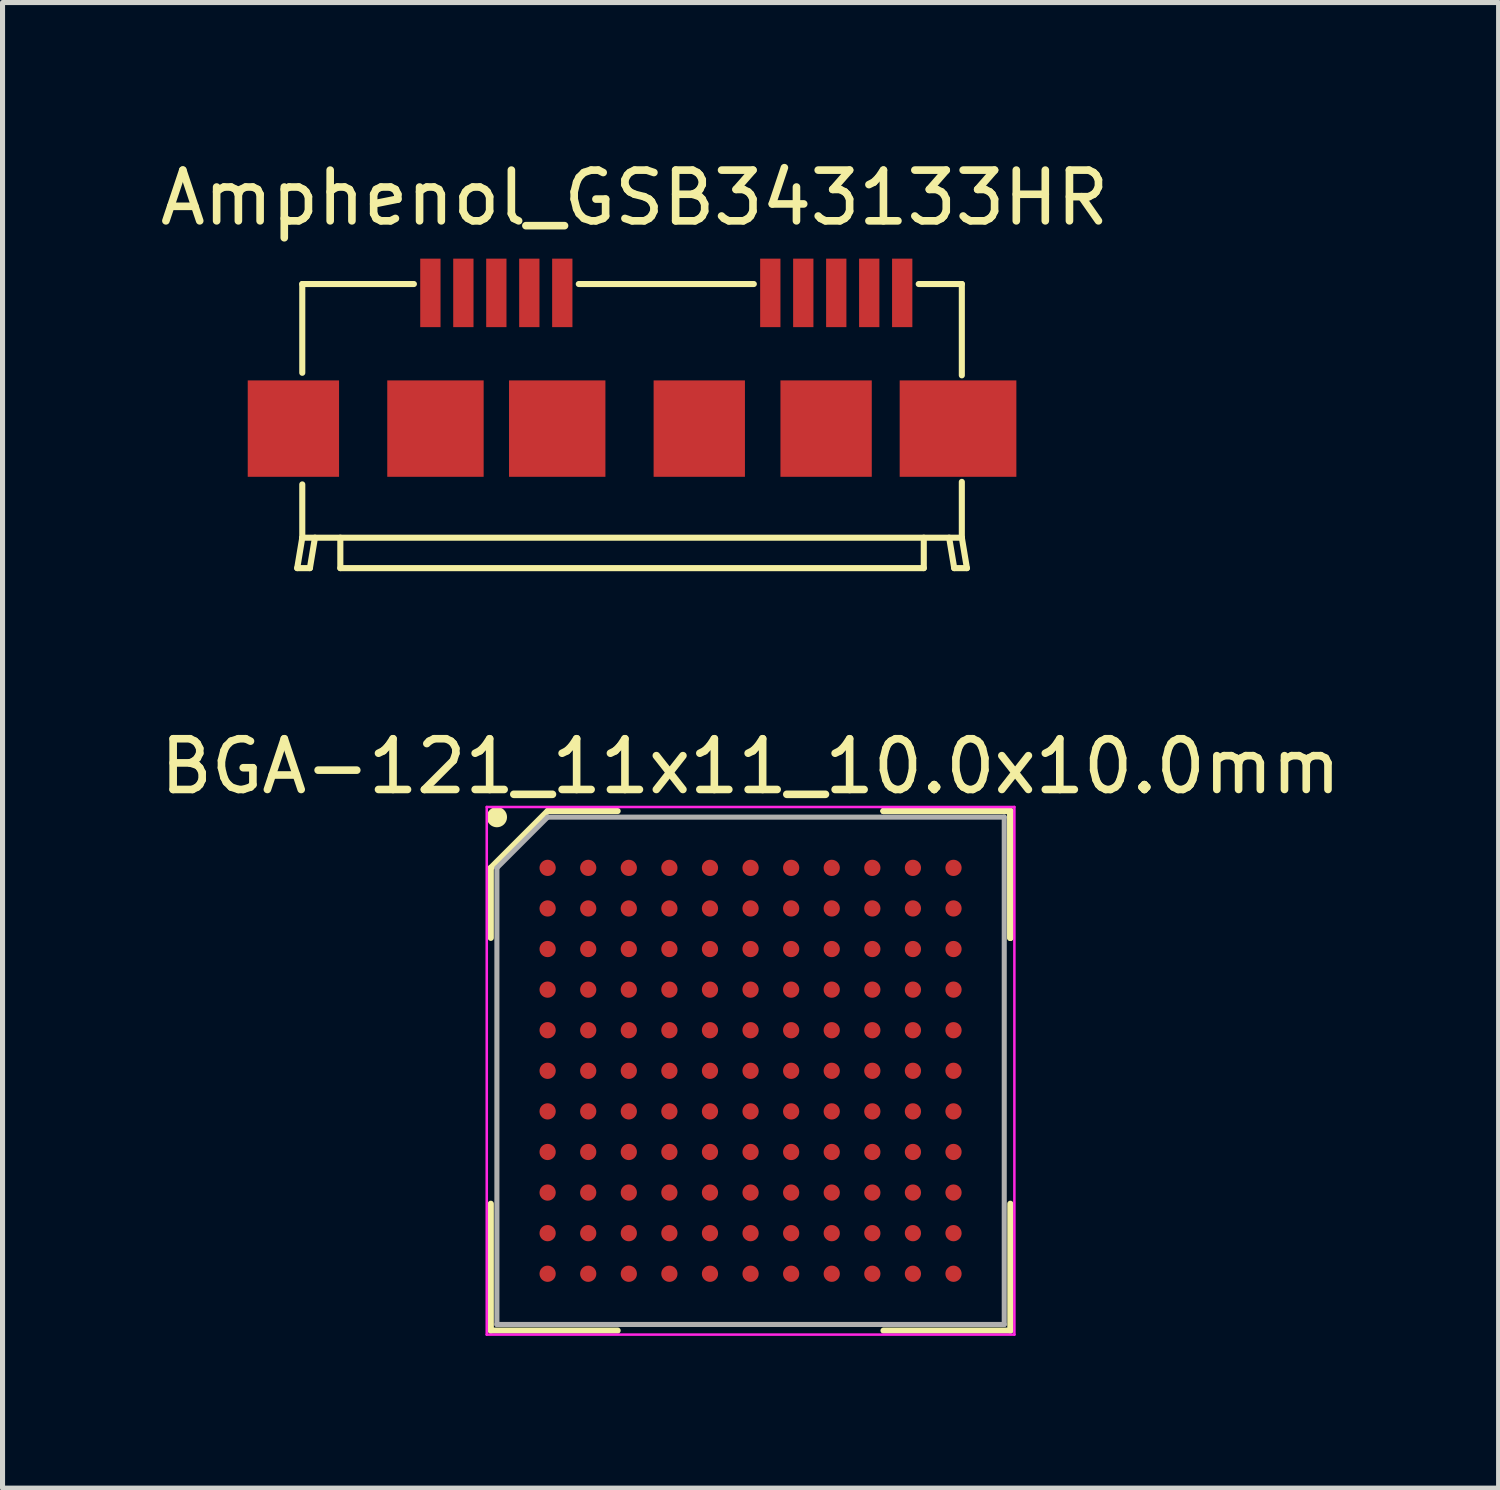
<source format=kicad_pcb>
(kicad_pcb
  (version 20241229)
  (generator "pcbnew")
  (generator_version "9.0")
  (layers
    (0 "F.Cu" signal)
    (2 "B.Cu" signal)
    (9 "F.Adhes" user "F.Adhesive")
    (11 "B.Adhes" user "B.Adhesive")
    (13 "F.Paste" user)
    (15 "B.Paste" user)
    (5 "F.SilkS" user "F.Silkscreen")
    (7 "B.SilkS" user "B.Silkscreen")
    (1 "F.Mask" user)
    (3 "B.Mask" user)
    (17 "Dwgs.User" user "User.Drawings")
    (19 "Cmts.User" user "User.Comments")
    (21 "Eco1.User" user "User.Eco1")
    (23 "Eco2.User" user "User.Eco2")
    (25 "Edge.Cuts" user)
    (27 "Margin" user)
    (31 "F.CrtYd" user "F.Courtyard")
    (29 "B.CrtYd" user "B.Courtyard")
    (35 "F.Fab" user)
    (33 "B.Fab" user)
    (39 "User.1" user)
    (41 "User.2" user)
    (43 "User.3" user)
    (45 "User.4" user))
  (footprint "BGA-121_11x11_10.0x10.0mm"
    (layer "F.Cu")
    (at 11.744 18.056)
    (property "Reference" "BGA-121_11x11_10.0x10.0mm" (at 0 -6 0) (layer "F.SilkS") (effects (font (size 1 1) (thickness 0.15))))
    (attr smd)
    (fp_line (start -5.12 -4) (end -5.12 -2.62) (stroke (width 0.12) (type solid)) (layer "F.SilkS"))
    (fp_line (start -5.12 5.12) (end -5.12 2.62) (stroke (width 0.12) (type solid)) (layer "F.SilkS"))
    (fp_line (start -4 -5.12) (end -5.12 -4) (stroke (width 0.12) (type solid)) (layer "F.SilkS"))
    (fp_line (start -2.62 -5.12) (end -4 -5.12) (stroke (width 0.12) (type solid)) (layer "F.SilkS"))
    (fp_line (start -2.62 5.12) (end -5.12 5.12) (stroke (width 0.12) (type solid)) (layer "F.SilkS"))
    (fp_line (start 2.62 -5.12) (end 5.12 -5.12) (stroke (width 0.12) (type solid)) (layer "F.SilkS"))
    (fp_line (start 2.62 -5.12) (end 5.12 -5.12) (stroke (width 0.12) (type solid)) (layer "F.SilkS"))
    (fp_line (start 2.62 -5.12) (end 5.12 -5.12) (stroke (width 0.12) (type solid)) (layer "F.SilkS"))
    (fp_line (start 2.62 5.12) (end 5.12 5.12) (stroke (width 0.12) (type solid)) (layer "F.SilkS"))
    (fp_line (start 5.12 -5.12) (end 5.12 -2.62) (stroke (width 0.12) (type solid)) (layer "F.SilkS"))
    (fp_line (start 5.12 -5.12) (end 5.12 -2.62) (stroke (width 0.12) (type solid)) (layer "F.SilkS"))
    (fp_line (start 5.12 -5.12) (end 5.12 -2.62) (stroke (width 0.12) (type solid)) (layer "F.SilkS"))
    (fp_line (start 5.12 5.12) (end 5.12 2.62) (stroke (width 0.12) (type solid)) (layer "F.SilkS"))
    (fp_circle (center -5 -5) (end -5 -4.9) (stroke (width 0.2) (type solid)) (fill no) (layer "F.SilkS"))
    (fp_line (start -5.2 -5.2) (end 5.2 -5.2) (stroke (width 0.05) (type solid)) (layer "F.CrtYd"))
    (fp_line (start -5.2 5.2) (end -5.2 -5.2) (stroke (width 0.05) (type solid)) (layer "F.CrtYd"))
    (fp_line (start 5.2 -5.2) (end 5.2 5.2) (stroke (width 0.05) (type solid)) (layer "F.CrtYd"))
    (fp_line (start 5.2 5.2) (end -5.2 5.2) (stroke (width 0.05) (type solid)) (layer "F.CrtYd"))
    (fp_line (start -5 -4) (end -5 5) (stroke (width 0.1) (type solid)) (layer "F.Fab"))
    (fp_line (start -5 5) (end 5 5) (stroke (width 0.1) (type solid)) (layer "F.Fab"))
    (fp_line (start -4 -5) (end -5 -4) (stroke (width 0.1) (type solid)) (layer "F.Fab"))
    (fp_line (start 5 -5) (end -4 -5) (stroke (width 0.1) (type solid)) (layer "F.Fab"))
    (fp_line (start 5 5) (end 5 -5) (stroke (width 0.1) (type solid)) (layer "F.Fab"))
    (pad "A1" smd circle (at -4 -4) (size 0.32 0.32) (layers "F.Cu" "F.Mask" "F.Paste"))
    (pad "A2" smd circle (at -3.2 -4) (size 0.32 0.32) (layers "F.Cu" "F.Mask" "F.Paste"))
    (pad "A3" smd circle (at -2.4 -4) (size 0.32 0.32) (layers "F.Cu" "F.Mask" "F.Paste"))
    (pad "A4" smd circle (at -1.6 -4) (size 0.32 0.32) (layers "F.Cu" "F.Mask" "F.Paste"))
    (pad "A5" smd circle (at -0.8 -4) (size 0.32 0.32) (layers "F.Cu" "F.Mask" "F.Paste"))
    (pad "A6" smd circle (at 0 -4) (size 0.32 0.32) (layers "F.Cu" "F.Mask" "F.Paste"))
    (pad "A7" smd circle (at 0.8 -4) (size 0.32 0.32) (layers "F.Cu" "F.Mask" "F.Paste"))
    (pad "A8" smd circle (at 1.6 -4) (size 0.32 0.32) (layers "F.Cu" "F.Mask" "F.Paste"))
    (pad "A9" smd circle (at 2.4 -4) (size 0.32 0.32) (layers "F.Cu" "F.Mask" "F.Paste"))
    (pad "A10" smd circle (at 3.2 -4) (size 0.32 0.32) (layers "F.Cu" "F.Mask" "F.Paste"))
    (pad "A11" smd circle (at 4 -4) (size 0.32 0.32) (layers "F.Cu" "F.Mask" "F.Paste"))
    (pad "B1" smd circle (at -4 -3.2) (size 0.32 0.32) (layers "F.Cu" "F.Mask" "F.Paste"))
    (pad "B2" smd circle (at -3.2 -3.2) (size 0.32 0.32) (layers "F.Cu" "F.Mask" "F.Paste"))
    (pad "B3" smd circle (at -2.4 -3.2) (size 0.32 0.32) (layers "F.Cu" "F.Mask" "F.Paste"))
    (pad "B4" smd circle (at -1.6 -3.2) (size 0.32 0.32) (layers "F.Cu" "F.Mask" "F.Paste"))
    (pad "B5" smd circle (at -0.8 -3.2) (size 0.32 0.32) (layers "F.Cu" "F.Mask" "F.Paste"))
    (pad "B6" smd circle (at 0 -3.2) (size 0.32 0.32) (layers "F.Cu" "F.Mask" "F.Paste"))
    (pad "B7" smd circle (at 0.8 -3.2) (size 0.32 0.32) (layers "F.Cu" "F.Mask" "F.Paste"))
    (pad "B8" smd circle (at 1.6 -3.2) (size 0.32 0.32) (layers "F.Cu" "F.Mask" "F.Paste"))
    (pad "B9" smd circle (at 2.4 -3.2) (size 0.32 0.32) (layers "F.Cu" "F.Mask" "F.Paste"))
    (pad "B10" smd circle (at 3.2 -3.2) (size 0.32 0.32) (layers "F.Cu" "F.Mask" "F.Paste"))
    (pad "B11" smd circle (at 4 -3.2) (size 0.32 0.32) (layers "F.Cu" "F.Mask" "F.Paste"))
    (pad "C1" smd circle (at -4 -2.4) (size 0.32 0.32) (layers "F.Cu" "F.Mask" "F.Paste"))
    (pad "C2" smd circle (at -3.2 -2.4) (size 0.32 0.32) (layers "F.Cu" "F.Mask" "F.Paste"))
    (pad "C3" smd circle (at -2.4 -2.4) (size 0.32 0.32) (layers "F.Cu" "F.Mask" "F.Paste"))
    (pad "C4" smd circle (at -1.6 -2.4) (size 0.32 0.32) (layers "F.Cu" "F.Mask" "F.Paste"))
    (pad "C5" smd circle (at -0.8 -2.4) (size 0.32 0.32) (layers "F.Cu" "F.Mask" "F.Paste"))
    (pad "C6" smd circle (at 0 -2.4) (size 0.32 0.32) (layers "F.Cu" "F.Mask" "F.Paste"))
    (pad "C7" smd circle (at 0.8 -2.4) (size 0.32 0.32) (layers "F.Cu" "F.Mask" "F.Paste"))
    (pad "C8" smd circle (at 1.6 -2.4) (size 0.32 0.32) (layers "F.Cu" "F.Mask" "F.Paste"))
    (pad "C9" smd circle (at 2.4 -2.4) (size 0.32 0.32) (layers "F.Cu" "F.Mask" "F.Paste"))
    (pad "C10" smd circle (at 3.2 -2.4) (size 0.32 0.32) (layers "F.Cu" "F.Mask" "F.Paste"))
    (pad "C11" smd circle (at 4 -2.4) (size 0.32 0.32) (layers "F.Cu" "F.Mask" "F.Paste"))
    (pad "D1" smd circle (at -4 -1.6) (size 0.32 0.32) (layers "F.Cu" "F.Mask" "F.Paste"))
    (pad "D2" smd circle (at -3.2 -1.6) (size 0.32 0.32) (layers "F.Cu" "F.Mask" "F.Paste"))
    (pad "D3" smd circle (at -2.4 -1.6) (size 0.32 0.32) (layers "F.Cu" "F.Mask" "F.Paste"))
    (pad "D4" smd circle (at -1.6 -1.6) (size 0.32 0.32) (layers "F.Cu" "F.Mask" "F.Paste"))
    (pad "D5" smd circle (at -0.8 -1.6) (size 0.32 0.32) (layers "F.Cu" "F.Mask" "F.Paste"))
    (pad "D6" smd circle (at 0 -1.6) (size 0.32 0.32) (layers "F.Cu" "F.Mask" "F.Paste"))
    (pad "D7" smd circle (at 0.8 -1.6) (size 0.32 0.32) (layers "F.Cu" "F.Mask" "F.Paste"))
    (pad "D8" smd circle (at 1.6 -1.6) (size 0.32 0.32) (layers "F.Cu" "F.Mask" "F.Paste"))
    (pad "D9" smd circle (at 2.4 -1.6) (size 0.32 0.32) (layers "F.Cu" "F.Mask" "F.Paste"))
    (pad "D10" smd circle (at 3.2 -1.6) (size 0.32 0.32) (layers "F.Cu" "F.Mask" "F.Paste"))
    (pad "D11" smd circle (at 4 -1.6) (size 0.32 0.32) (layers "F.Cu" "F.Mask" "F.Paste"))
    (pad "E1" smd circle (at -4 -0.8) (size 0.32 0.32) (layers "F.Cu" "F.Mask" "F.Paste"))
    (pad "E2" smd circle (at -3.2 -0.8) (size 0.32 0.32) (layers "F.Cu" "F.Mask" "F.Paste"))
    (pad "E3" smd circle (at -2.4 -0.8) (size 0.32 0.32) (layers "F.Cu" "F.Mask" "F.Paste"))
    (pad "E4" smd circle (at -1.6 -0.8) (size 0.32 0.32) (layers "F.Cu" "F.Mask" "F.Paste"))
    (pad "E5" smd circle (at -0.8 -0.8) (size 0.32 0.32) (layers "F.Cu" "F.Mask" "F.Paste"))
    (pad "E6" smd circle (at 0 -0.8) (size 0.32 0.32) (layers "F.Cu" "F.Mask" "F.Paste"))
    (pad "E7" smd circle (at 0.8 -0.8) (size 0.32 0.32) (layers "F.Cu" "F.Mask" "F.Paste"))
    (pad "E8" smd circle (at 1.6 -0.8) (size 0.32 0.32) (layers "F.Cu" "F.Mask" "F.Paste"))
    (pad "E9" smd circle (at 2.4 -0.8) (size 0.32 0.32) (layers "F.Cu" "F.Mask" "F.Paste"))
    (pad "E10" smd circle (at 3.2 -0.8) (size 0.32 0.32) (layers "F.Cu" "F.Mask" "F.Paste"))
    (pad "E11" smd circle (at 4 -0.8) (size 0.32 0.32) (layers "F.Cu" "F.Mask" "F.Paste"))
    (pad "F1" smd circle (at -4 0) (size 0.32 0.32) (layers "F.Cu" "F.Mask" "F.Paste"))
    (pad "F2" smd circle (at -3.2 0) (size 0.32 0.32) (layers "F.Cu" "F.Mask" "F.Paste"))
    (pad "F3" smd circle (at -2.4 0) (size 0.32 0.32) (layers "F.Cu" "F.Mask" "F.Paste"))
    (pad "F4" smd circle (at -1.6 0) (size 0.32 0.32) (layers "F.Cu" "F.Mask" "F.Paste"))
    (pad "F5" smd circle (at -0.8 0) (size 0.32 0.32) (layers "F.Cu" "F.Mask" "F.Paste"))
    (pad "F6" smd circle (at 0 0) (size 0.32 0.32) (layers "F.Cu" "F.Mask" "F.Paste"))
    (pad "F7" smd circle (at 0.8 0) (size 0.32 0.32) (layers "F.Cu" "F.Mask" "F.Paste"))
    (pad "F8" smd circle (at 1.6 0) (size 0.32 0.32) (layers "F.Cu" "F.Mask" "F.Paste"))
    (pad "F9" smd circle (at 2.4 0) (size 0.32 0.32) (layers "F.Cu" "F.Mask" "F.Paste"))
    (pad "F10" smd circle (at 3.2 0) (size 0.32 0.32) (layers "F.Cu" "F.Mask" "F.Paste"))
    (pad "F11" smd circle (at 4 0) (size 0.32 0.32) (layers "F.Cu" "F.Mask" "F.Paste"))
    (pad "G1" smd circle (at -4 0.8) (size 0.32 0.32) (layers "F.Cu" "F.Mask" "F.Paste"))
    (pad "G2" smd circle (at -3.2 0.8) (size 0.32 0.32) (layers "F.Cu" "F.Mask" "F.Paste"))
    (pad "G3" smd circle (at -2.4 0.8) (size 0.32 0.32) (layers "F.Cu" "F.Mask" "F.Paste"))
    (pad "G4" smd circle (at -1.6 0.8) (size 0.32 0.32) (layers "F.Cu" "F.Mask" "F.Paste"))
    (pad "G5" smd circle (at -0.8 0.8) (size 0.32 0.32) (layers "F.Cu" "F.Mask" "F.Paste"))
    (pad "G6" smd circle (at 0 0.8) (size 0.32 0.32) (layers "F.Cu" "F.Mask" "F.Paste"))
    (pad "G7" smd circle (at 0.8 0.8) (size 0.32 0.32) (layers "F.Cu" "F.Mask" "F.Paste"))
    (pad "G8" smd circle (at 1.6 0.8) (size 0.32 0.32) (layers "F.Cu" "F.Mask" "F.Paste"))
    (pad "G9" smd circle (at 2.4 0.8) (size 0.32 0.32) (layers "F.Cu" "F.Mask" "F.Paste"))
    (pad "G10" smd circle (at 3.2 0.8) (size 0.32 0.32) (layers "F.Cu" "F.Mask" "F.Paste"))
    (pad "G11" smd circle (at 4 0.8) (size 0.32 0.32) (layers "F.Cu" "F.Mask" "F.Paste"))
    (pad "H1" smd circle (at -4 1.6) (size 0.32 0.32) (layers "F.Cu" "F.Mask" "F.Paste"))
    (pad "H2" smd circle (at -3.2 1.6) (size 0.32 0.32) (layers "F.Cu" "F.Mask" "F.Paste"))
    (pad "H3" smd circle (at -2.4 1.6) (size 0.32 0.32) (layers "F.Cu" "F.Mask" "F.Paste"))
    (pad "H4" smd circle (at -1.6 1.6) (size 0.32 0.32) (layers "F.Cu" "F.Mask" "F.Paste"))
    (pad "H5" smd circle (at -0.8 1.6) (size 0.32 0.32) (layers "F.Cu" "F.Mask" "F.Paste"))
    (pad "H6" smd circle (at 0 1.6) (size 0.32 0.32) (layers "F.Cu" "F.Mask" "F.Paste"))
    (pad "H7" smd circle (at 0.8 1.6) (size 0.32 0.32) (layers "F.Cu" "F.Mask" "F.Paste"))
    (pad "H8" smd circle (at 1.6 1.6) (size 0.32 0.32) (layers "F.Cu" "F.Mask" "F.Paste"))
    (pad "H9" smd circle (at 2.4 1.6) (size 0.32 0.32) (layers "F.Cu" "F.Mask" "F.Paste"))
    (pad "H10" smd circle (at 3.2 1.6) (size 0.32 0.32) (layers "F.Cu" "F.Mask" "F.Paste"))
    (pad "H11" smd circle (at 4 1.6) (size 0.32 0.32) (layers "F.Cu" "F.Mask" "F.Paste"))
    (pad "J1" smd circle (at -4 2.4) (size 0.32 0.32) (layers "F.Cu" "F.Mask" "F.Paste"))
    (pad "J2" smd circle (at -3.2 2.4) (size 0.32 0.32) (layers "F.Cu" "F.Mask" "F.Paste"))
    (pad "J3" smd circle (at -2.4 2.4) (size 0.32 0.32) (layers "F.Cu" "F.Mask" "F.Paste"))
    (pad "J4" smd circle (at -1.6 2.4) (size 0.32 0.32) (layers "F.Cu" "F.Mask" "F.Paste"))
    (pad "J5" smd circle (at -0.8 2.4) (size 0.32 0.32) (layers "F.Cu" "F.Mask" "F.Paste"))
    (pad "J6" smd circle (at 0 2.4) (size 0.32 0.32) (layers "F.Cu" "F.Mask" "F.Paste"))
    (pad "J7" smd circle (at 0.8 2.4) (size 0.32 0.32) (layers "F.Cu" "F.Mask" "F.Paste"))
    (pad "J8" smd circle (at 1.6 2.4) (size 0.32 0.32) (layers "F.Cu" "F.Mask" "F.Paste"))
    (pad "J9" smd circle (at 2.4 2.4) (size 0.32 0.32) (layers "F.Cu" "F.Mask" "F.Paste"))
    (pad "J10" smd circle (at 3.2 2.4) (size 0.32 0.32) (layers "F.Cu" "F.Mask" "F.Paste"))
    (pad "J11" smd circle (at 4 2.4) (size 0.32 0.32) (layers "F.Cu" "F.Mask" "F.Paste"))
    (pad "K1" smd circle (at -4 3.2) (size 0.32 0.32) (layers "F.Cu" "F.Mask" "F.Paste"))
    (pad "K2" smd circle (at -3.2 3.2) (size 0.32 0.32) (layers "F.Cu" "F.Mask" "F.Paste"))
    (pad "K3" smd circle (at -2.4 3.2) (size 0.32 0.32) (layers "F.Cu" "F.Mask" "F.Paste"))
    (pad "K4" smd circle (at -1.6 3.2) (size 0.32 0.32) (layers "F.Cu" "F.Mask" "F.Paste"))
    (pad "K5" smd circle (at -0.8 3.2) (size 0.32 0.32) (layers "F.Cu" "F.Mask" "F.Paste"))
    (pad "K6" smd circle (at 0 3.2) (size 0.32 0.32) (layers "F.Cu" "F.Mask" "F.Paste"))
    (pad "K7" smd circle (at 0.8 3.2) (size 0.32 0.32) (layers "F.Cu" "F.Mask" "F.Paste"))
    (pad "K8" smd circle (at 1.6 3.2) (size 0.32 0.32) (layers "F.Cu" "F.Mask" "F.Paste"))
    (pad "K9" smd circle (at 2.4 3.2) (size 0.32 0.32) (layers "F.Cu" "F.Mask" "F.Paste"))
    (pad "K10" smd circle (at 3.2 3.2) (size 0.32 0.32) (layers "F.Cu" "F.Mask" "F.Paste"))
    (pad "K11" smd circle (at 4 3.2) (size 0.32 0.32) (layers "F.Cu" "F.Mask" "F.Paste"))
    (pad "L1" smd circle (at -4 4) (size 0.32 0.32) (layers "F.Cu" "F.Mask" "F.Paste"))
    (pad "L2" smd circle (at -3.2 4) (size 0.32 0.32) (layers "F.Cu" "F.Mask" "F.Paste"))
    (pad "L3" smd circle (at -2.4 4) (size 0.32 0.32) (layers "F.Cu" "F.Mask" "F.Paste"))
    (pad "L4" smd circle (at -1.6 4) (size 0.32 0.32) (layers "F.Cu" "F.Mask" "F.Paste"))
    (pad "L5" smd circle (at -0.8 4) (size 0.32 0.32) (layers "F.Cu" "F.Mask" "F.Paste"))
    (pad "L6" smd circle (at 0 4) (size 0.32 0.32) (layers "F.Cu" "F.Mask" "F.Paste"))
    (pad "L7" smd circle (at 0.8 4) (size 0.32 0.32) (layers "F.Cu" "F.Mask" "F.Paste"))
    (pad "L8" smd circle (at 1.6 4) (size 0.32 0.32) (layers "F.Cu" "F.Mask" "F.Paste"))
    (pad "L9" smd circle (at 2.4 4) (size 0.32 0.32) (layers "F.Cu" "F.Mask" "F.Paste"))
    (pad "L10" smd circle (at 3.2 4) (size 0.32 0.32) (layers "F.Cu" "F.Mask" "F.Paste"))
    (pad "L11" smd circle (at 4 4) (size 0.32 0.32) (layers "F.Cu" "F.Mask" "F.Paste")))
  (footprint "Amphenol_GSB343133HR"
    (layer "F.Cu")
    (at 9.658 6.848)
    (property "Reference" "Amphenol_GSB343133HR" (at -0.2 -6 0) (layer "F.SilkS") (effects (font (size 1 1) (thickness 0.15))))
    (attr through_hole)
    (fp_line (start -6.85 1.3) (end -6.6 1.3) (stroke (width 0.12) (type solid)) (layer "F.SilkS"))
    (fp_line (start -6.75 -4.3) (end -6.75 -2.55) (stroke (width 0.12) (type solid)) (layer "F.SilkS"))
    (fp_line (start -6.75 -4.3) (end -4.55 -4.3) (stroke (width 0.12) (type solid)) (layer "F.SilkS"))
    (fp_line (start -6.75 -0.35) (end -6.75 0.7) (stroke (width 0.12) (type solid)) (layer "F.SilkS"))
    (fp_line (start -6.75 0.7) (end -6.85 1.3) (stroke (width 0.12) (type solid)) (layer "F.SilkS"))
    (fp_line (start -6.75 0.7) (end 6.25 0.7) (stroke (width 0.12) (type solid)) (layer "F.SilkS"))
    (fp_line (start -6.6 1.3) (end -6.5 0.7) (stroke (width 0.12) (type solid)) (layer "F.SilkS"))
    (fp_line (start -6 0.7) (end -6 1.3) (stroke (width 0.12) (type solid)) (layer "F.SilkS"))
    (fp_line (start -6 1.3) (end 5.5 1.3) (stroke (width 0.12) (type solid)) (layer "F.SilkS"))
    (fp_line (start -1.3 -4.3) (end 2.15 -4.3) (stroke (width 0.12) (type solid)) (layer "F.SilkS"))
    (fp_line (start 5.4 -4.3) (end 6.25 -4.3) (stroke (width 0.12) (type solid)) (layer "F.SilkS"))
    (fp_line (start 5.5 1.3) (end 5.5 0.7) (stroke (width 0.12) (type solid)) (layer "F.SilkS"))
    (fp_line (start 6.1 1.3) (end 6 0.7) (stroke (width 0.12) (type solid)) (layer "F.SilkS"))
    (fp_line (start 6.25 -2.5) (end 6.25 -4.3) (stroke (width 0.12) (type solid)) (layer "F.SilkS"))
    (fp_line (start 6.25 0.7) (end 6.25 -0.4) (stroke (width 0.12) (type solid)) (layer "F.SilkS"))
    (fp_line (start 6.25 0.7) (end 6.35 1.3) (stroke (width 0.12) (type solid)) (layer "F.SilkS"))
    (fp_line (start 6.35 1.3) (end 6.1 1.3) (stroke (width 0.12) (type solid)) (layer "F.SilkS"))
    (pad "1" smd rect (at -4.225 -4.125) (size 0.4 1.35) (layers "F.Cu" "F.Mask" "F.Paste"))
    (pad "2" smd rect (at -3.575 -4.125) (size 0.4 1.35) (layers "F.Cu" "F.Mask" "F.Paste"))
    (pad "3" smd rect (at -2.925 -4.125) (size 0.4 1.35) (layers "F.Cu" "F.Mask" "F.Paste"))
    (pad "4" smd rect (at -2.275 -4.125) (size 0.4 1.35) (layers "F.Cu" "F.Mask" "F.Paste"))
    (pad "5" smd rect (at -1.625 -4.125) (size 0.4 1.35) (layers "F.Cu" "F.Mask" "F.Paste"))
    (pad "6" smd rect (at 2.475 -4.125) (size 0.4 1.35) (layers "F.Cu" "F.Mask" "F.Paste"))
    (pad "7" smd rect (at 3.125 -4.125) (size 0.4 1.35) (layers "F.Cu" "F.Mask" "F.Paste"))
    (pad "8" smd rect (at 3.775 -4.125) (size 0.4 1.35) (layers "F.Cu" "F.Mask" "F.Paste"))
    (pad "9" smd rect (at 4.425 -4.125) (size 0.4 1.35) (layers "F.Cu" "F.Mask" "F.Paste"))
    (pad "10" smd rect (at 5.075 -4.125) (size 0.4 1.35) (layers "F.Cu" "F.Mask" "F.Paste"))
    (pad "11" smd rect (at -6.925 -1.45) (size 1.8 1.9) (layers "F.Cu" "F.Mask" "F.Paste"))
    (pad "11" smd rect (at -4.125 -1.45) (size 1.9 1.9) (layers "F.Cu" "F.Mask" "F.Paste"))
    (pad "11" smd rect (at -1.725 -1.45) (size 1.9 1.9) (layers "F.Cu" "F.Mask" "F.Paste"))
    (pad "11" smd rect (at 1.075 -1.45) (size 1.8 1.9) (layers "F.Cu" "F.Mask" "F.Paste"))
    (pad "11" smd rect (at 3.575 -1.45) (size 1.8 1.9) (layers "F.Cu" "F.Mask" "F.Paste"))
    (pad "11" smd rect (at 6.175 -1.45) (size 2.3 1.9) (layers "F.Cu" "F.Mask" "F.Paste")))
  (gr_rect
    (start -3 -3)
    (end 26.488 26.282)
    (stroke (width 0.1) (type default))
    (fill no)
    (layer "Edge.Cuts")))
</source>
